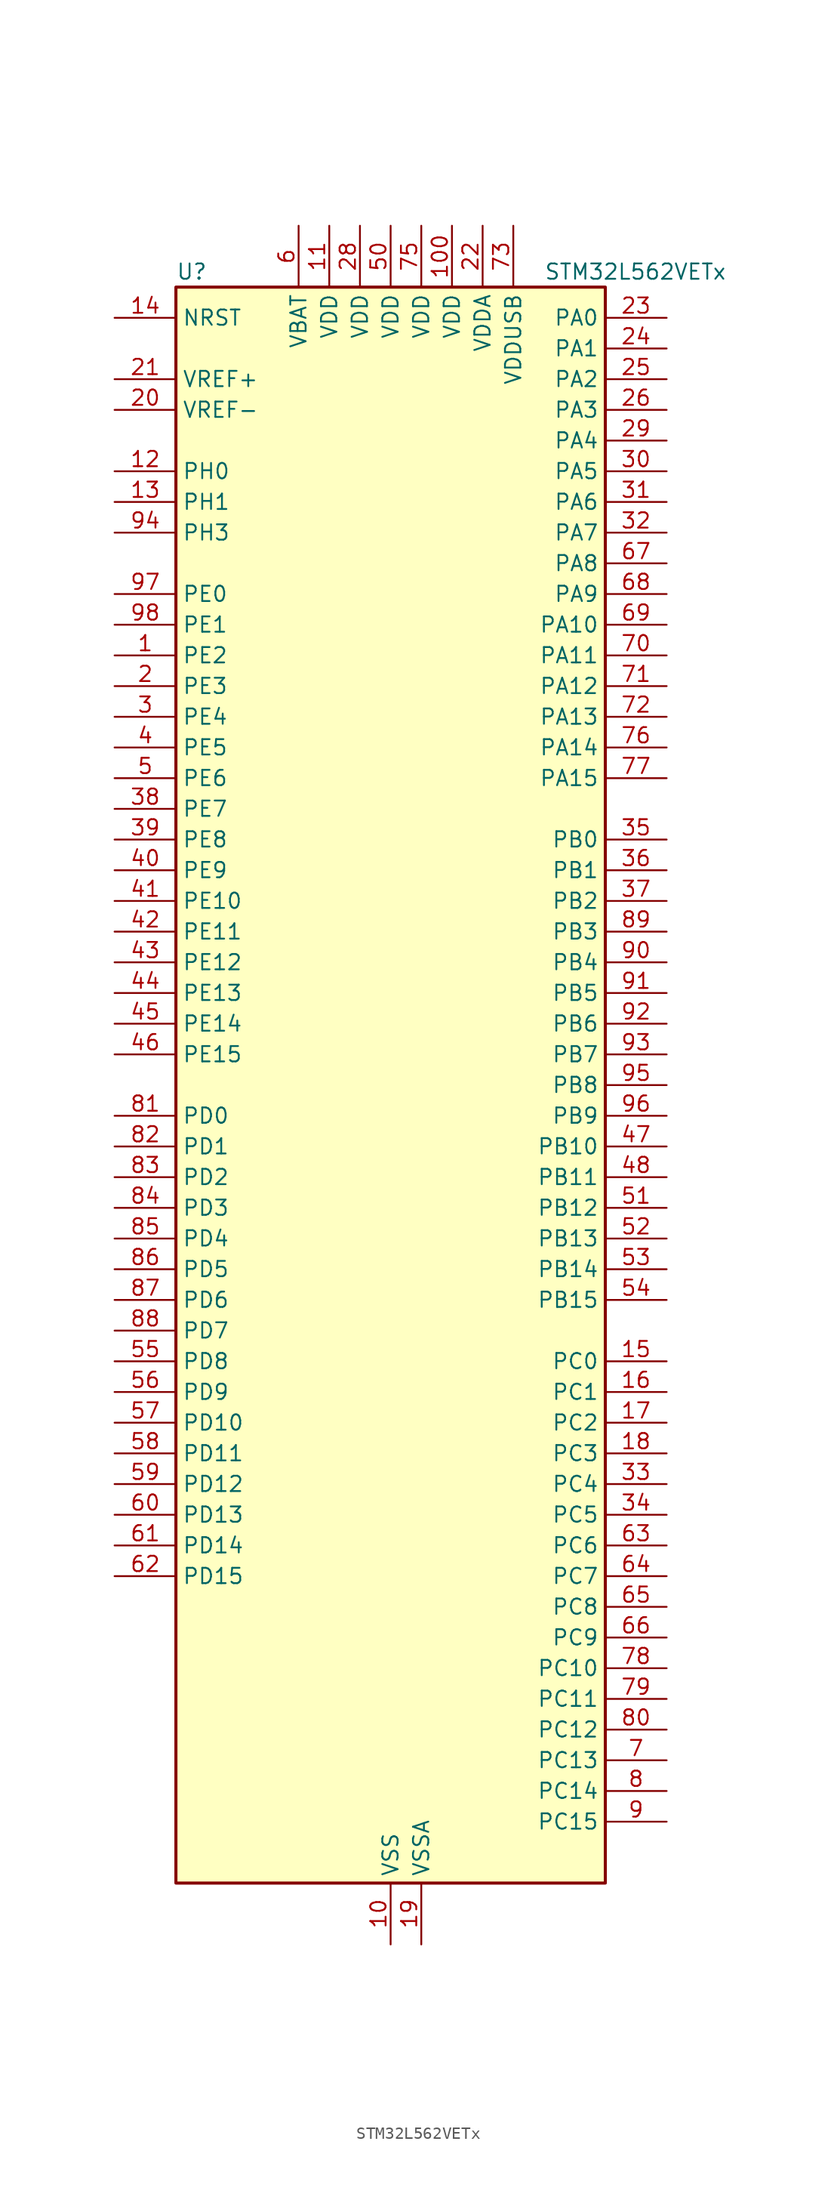
<source format=kicad_sym>
(kicad_symbol_lib
  (version 20220914)
  (generator kicad_symbol_editor)
  (symbol "STM32L562VETx"
    (property "Reference" "U"
      (at -17.78 67.31 0)
      (effects (font (size 1.27 1.27)) (justify left)))
    (property "Value" "STM32L562VETx"
      (at 12.7 67.31 0)
      (effects (font (size 1.27 1.27)) (justify left)))
    (property "ki_locked" ""
      (at 0 0 0)
      (effects (font (size 1.27 1.27))))
    (symbol "STM32L562VETx_0_1"
      (rectangle (start -17.78 -66.04) (end 17.78 66.04) (stroke (width 0.254) (type default)) (fill (type background))))
    (symbol "STM32L562VETx_1_1"
      (pin bidirectional line (at -22.86 35.56 0) (length 5.08) (name "PE2" (effects (font (size 1.27 1.27)))) (number "1" (effects (font (size 1.27 1.27)))) (alternate "DEBUG_TRACECLK" bidirectional line) (alternate "FMC_A23" bidirectional line) (alternate "SAI1_CK1" bidirectional line) (alternate "SAI1_MCLK_A" bidirectional line) (alternate "TIM3_ETR" bidirectional line) (alternate "TSC_G7_IO1" bidirectional line))
      (pin power_in line (at 0 -71.12 90) (length 5.08) (name "VSS" (effects (font (size 1.27 1.27)))) (number "10" (effects (font (size 1.27 1.27)))))
      (pin power_in line (at 5.08 71.12 270) (length 5.08) (name "VDD" (effects (font (size 1.27 1.27)))) (number "100" (effects (font (size 1.27 1.27)))))
      (pin power_in line (at -5.08 71.12 270) (length 5.08) (name "VDD" (effects (font (size 1.27 1.27)))) (number "11" (effects (font (size 1.27 1.27)))))
      (pin bidirectional line (at -22.86 50.8 0) (length 5.08) (name "PH0" (effects (font (size 1.27 1.27)))) (number "12" (effects (font (size 1.27 1.27)))) (alternate "RCC_OSC_IN" bidirectional line))
      (pin bidirectional line (at -22.86 48.26 0) (length 5.08) (name "PH1" (effects (font (size 1.27 1.27)))) (number "13" (effects (font (size 1.27 1.27)))) (alternate "RCC_OSC_OUT" bidirectional line))
      (pin input line (at -22.86 63.5 0) (length 5.08) (name "NRST" (effects (font (size 1.27 1.27)))) (number "14" (effects (font (size 1.27 1.27)))))
      (pin bidirectional line (at 22.86 -22.86 180) (length 5.08) (name "PC0" (effects (font (size 1.27 1.27)))) (number "15" (effects (font (size 1.27 1.27)))) (alternate "ADC1_IN1" bidirectional line) (alternate "ADC2_IN1" bidirectional line) (alternate "I2C3_SCL" bidirectional line) (alternate "LPTIM1_IN1" bidirectional line) (alternate "LPTIM2_IN1" bidirectional line) (alternate "LPUART1_RX" bidirectional line) (alternate "OCTOSPI1_IO7" bidirectional line) (alternate "SAI2_FS_A" bidirectional line) (alternate "SDMMC1_D5" bidirectional line))
      (pin bidirectional line (at 22.86 -25.4 180) (length 5.08) (name "PC1" (effects (font (size 1.27 1.27)))) (number "16" (effects (font (size 1.27 1.27)))) (alternate "ADC1_IN2" bidirectional line) (alternate "ADC2_IN2" bidirectional line) (alternate "DEBUG_TRACED0" bidirectional line) (alternate "I2C3_SDA" bidirectional line) (alternate "LPTIM1_OUT" bidirectional line) (alternate "LPUART1_TX" bidirectional line) (alternate "OCTOSPI1_IO4" bidirectional line) (alternate "SAI1_SD_A" bidirectional line) (alternate "SPI2_MOSI" bidirectional line))
      (pin bidirectional line (at 22.86 -27.94 180) (length 5.08) (name "PC2" (effects (font (size 1.27 1.27)))) (number "17" (effects (font (size 1.27 1.27)))) (alternate "ADC1_IN3" bidirectional line) (alternate "ADC2_IN3" bidirectional line) (alternate "DFSDM1_CKOUT" bidirectional line) (alternate "LPTIM1_IN2" bidirectional line) (alternate "OCTOSPI1_IO5" bidirectional line) (alternate "SPI2_MISO" bidirectional line))
      (pin bidirectional line (at 22.86 -30.48 180) (length 5.08) (name "PC3" (effects (font (size 1.27 1.27)))) (number "18" (effects (font (size 1.27 1.27)))) (alternate "ADC1_IN4" bidirectional line) (alternate "ADC2_IN4" bidirectional line) (alternate "LPTIM1_ETR" bidirectional line) (alternate "LPTIM2_ETR" bidirectional line) (alternate "LPTIM3_OUT" bidirectional line) (alternate "OCTOSPI1_IO6" bidirectional line) (alternate "SAI1_D1" bidirectional line) (alternate "SAI1_SD_A" bidirectional line) (alternate "SPI2_MOSI" bidirectional line))
      (pin power_in line (at 2.54 -71.12 90) (length 5.08) (name "VSSA" (effects (font (size 1.27 1.27)))) (number "19" (effects (font (size 1.27 1.27)))))
      (pin bidirectional line (at -22.86 33.02 0) (length 5.08) (name "PE3" (effects (font (size 1.27 1.27)))) (number "2" (effects (font (size 1.27 1.27)))) (alternate "DEBUG_TRACED0" bidirectional line) (alternate "FMC_A19" bidirectional line) (alternate "OCTOSPI1_DQS" bidirectional line) (alternate "SAI1_SD_B" bidirectional line) (alternate "TIM3_CH1" bidirectional line) (alternate "TSC_G7_IO2" bidirectional line))
      (pin input line (at -22.86 55.88 0) (length 5.08) (name "VREF-" (effects (font (size 1.27 1.27)))) (number "20" (effects (font (size 1.27 1.27)))))
      (pin input line (at -22.86 58.42 0) (length 5.08) (name "VREF+" (effects (font (size 1.27 1.27)))) (number "21" (effects (font (size 1.27 1.27)))))
      (pin power_in line (at 7.62 71.12 270) (length 5.08) (name "VDDA" (effects (font (size 1.27 1.27)))) (number "22" (effects (font (size 1.27 1.27)))))
      (pin bidirectional line (at 22.86 63.5 180) (length 5.08) (name "PA0" (effects (font (size 1.27 1.27)))) (number "23" (effects (font (size 1.27 1.27)))) (alternate "ADC1_IN5" bidirectional line) (alternate "ADC2_IN5" bidirectional line) (alternate "OPAMP1_VINP" bidirectional line) (alternate "PWR_WKUP1" bidirectional line) (alternate "SAI1_EXTCLK" bidirectional line) (alternate "TAMP_IN2" bidirectional line) (alternate "TAMP_OUT1" bidirectional line) (alternate "TIM2_CH1" bidirectional line) (alternate "TIM2_ETR" bidirectional line) (alternate "TIM5_CH1" bidirectional line) (alternate "TIM8_ETR" bidirectional line) (alternate "UART4_TX" bidirectional line) (alternate "USART2_CTS" bidirectional line) (alternate "USART2_NSS" bidirectional line))
      (pin bidirectional line (at 22.86 60.96 180) (length 5.08) (name "PA1" (effects (font (size 1.27 1.27)))) (number "24" (effects (font (size 1.27 1.27)))) (alternate "ADC1_IN6" bidirectional line) (alternate "ADC2_IN6" bidirectional line) (alternate "I2C1_SMBA" bidirectional line) (alternate "OCTOSPI1_DQS" bidirectional line) (alternate "OPAMP1_VINM" bidirectional line) (alternate "SPI1_SCK" bidirectional line) (alternate "TAMP_IN5" bidirectional line) (alternate "TAMP_OUT4" bidirectional line) (alternate "TIM15_CH1N" bidirectional line) (alternate "TIM2_CH2" bidirectional line) (alternate "TIM5_CH2" bidirectional line) (alternate "UART4_RX" bidirectional line) (alternate "USART2_DE" bidirectional line) (alternate "USART2_RTS" bidirectional line))
      (pin bidirectional line (at 22.86 58.42 180) (length 5.08) (name "PA2" (effects (font (size 1.27 1.27)))) (number "25" (effects (font (size 1.27 1.27)))) (alternate "ADC1_IN7" bidirectional line) (alternate "ADC2_IN7" bidirectional line) (alternate "COMP1_INP" bidirectional line) (alternate "LPUART1_TX" bidirectional line) (alternate "OCTOSPI1_NCS" bidirectional line) (alternate "PWR_WKUP4" bidirectional line) (alternate "RCC_LSCO" bidirectional line) (alternate "SAI2_EXTCLK" bidirectional line) (alternate "TIM15_CH1" bidirectional line) (alternate "TIM2_CH3" bidirectional line) (alternate "TIM5_CH3" bidirectional line) (alternate "UCPD1_FRSTX1" bidirectional line) (alternate "USART2_TX" bidirectional line))
      (pin bidirectional line (at 22.86 55.88 180) (length 5.08) (name "PA3" (effects (font (size 1.27 1.27)))) (number "26" (effects (font (size 1.27 1.27)))) (alternate "ADC1_IN8" bidirectional line) (alternate "ADC2_IN8" bidirectional line) (alternate "LPUART1_RX" bidirectional line) (alternate "OCTOSPI1_CLK" bidirectional line) (alternate "OPAMP1_VOUT" bidirectional line) (alternate "SAI1_CK1" bidirectional line) (alternate "SAI1_MCLK_A" bidirectional line) (alternate "TIM15_CH2" bidirectional line) (alternate "TIM2_CH4" bidirectional line) (alternate "TIM5_CH4" bidirectional line) (alternate "USART2_RX" bidirectional line))
      (pin passive line (at 0 -71.12 90) (length 5.08) hide (name "VSS" (effects (font (size 1.27 1.27)))) (number "27" (effects (font (size 1.27 1.27)))))
      (pin power_in line (at -2.54 71.12 270) (length 5.08) (name "VDD" (effects (font (size 1.27 1.27)))) (number "28" (effects (font (size 1.27 1.27)))))
      (pin bidirectional line (at 22.86 53.34 180) (length 5.08) (name "PA4" (effects (font (size 1.27 1.27)))) (number "29" (effects (font (size 1.27 1.27)))) (alternate "ADC1_IN9" bidirectional line) (alternate "ADC2_IN9" bidirectional line) (alternate "DAC1_OUT1" bidirectional line) (alternate "LPTIM2_OUT" bidirectional line) (alternate "OCTOSPI1_NCS" bidirectional line) (alternate "SAI1_FS_B" bidirectional line) (alternate "SPI1_NSS" bidirectional line) (alternate "SPI3_NSS" bidirectional line) (alternate "USART2_CK" bidirectional line))
      (pin bidirectional line (at -22.86 30.48 0) (length 5.08) (name "PE4" (effects (font (size 1.27 1.27)))) (number "3" (effects (font (size 1.27 1.27)))) (alternate "DEBUG_TRACED1" bidirectional line) (alternate "DFSDM1_DATIN3" bidirectional line) (alternate "FMC_A20" bidirectional line) (alternate "SAI1_D2" bidirectional line) (alternate "SAI1_FS_A" bidirectional line) (alternate "TIM3_CH2" bidirectional line) (alternate "TSC_G7_IO3" bidirectional line))
      (pin bidirectional line (at 22.86 50.8 180) (length 5.08) (name "PA5" (effects (font (size 1.27 1.27)))) (number "30" (effects (font (size 1.27 1.27)))) (alternate "ADC1_IN10" bidirectional line) (alternate "ADC2_IN10" bidirectional line) (alternate "DAC1_OUT2" bidirectional line) (alternate "LPTIM2_ETR" bidirectional line) (alternate "SPI1_SCK" bidirectional line) (alternate "TIM2_CH1" bidirectional line) (alternate "TIM2_ETR" bidirectional line) (alternate "TIM8_CH1N" bidirectional line))
      (pin bidirectional line (at 22.86 48.26 180) (length 5.08) (name "PA6" (effects (font (size 1.27 1.27)))) (number "31" (effects (font (size 1.27 1.27)))) (alternate "ADC1_IN11" bidirectional line) (alternate "ADC2_IN11" bidirectional line) (alternate "LPUART1_CTS" bidirectional line) (alternate "OCTOSPI1_IO3" bidirectional line) (alternate "OPAMP2_VINP" bidirectional line) (alternate "SPI1_MISO" bidirectional line) (alternate "TIM16_CH1" bidirectional line) (alternate "TIM1_BKIN" bidirectional line) (alternate "TIM3_CH1" bidirectional line) (alternate "TIM8_BKIN" bidirectional line) (alternate "USART3_CTS" bidirectional line) (alternate "USART3_NSS" bidirectional line))
      (pin bidirectional line (at 22.86 45.72 180) (length 5.08) (name "PA7" (effects (font (size 1.27 1.27)))) (number "32" (effects (font (size 1.27 1.27)))) (alternate "ADC1_IN12" bidirectional line) (alternate "ADC2_IN12" bidirectional line) (alternate "I2C3_SCL" bidirectional line) (alternate "OCTOSPI1_IO2" bidirectional line) (alternate "OPAMP2_VINM" bidirectional line) (alternate "SPI1_MOSI" bidirectional line) (alternate "TIM17_CH1" bidirectional line) (alternate "TIM1_CH1N" bidirectional line) (alternate "TIM3_CH2" bidirectional line) (alternate "TIM8_CH1N" bidirectional line))
      (pin bidirectional line (at 22.86 -33.02 180) (length 5.08) (name "PC4" (effects (font (size 1.27 1.27)))) (number "33" (effects (font (size 1.27 1.27)))) (alternate "ADC1_IN13" bidirectional line) (alternate "ADC2_IN13" bidirectional line) (alternate "COMP1_INM" bidirectional line) (alternate "OCTOSPI1_IO7" bidirectional line) (alternate "USART3_TX" bidirectional line))
      (pin bidirectional line (at 22.86 -35.56 180) (length 5.08) (name "PC5" (effects (font (size 1.27 1.27)))) (number "34" (effects (font (size 1.27 1.27)))) (alternate "ADC1_IN14" bidirectional line) (alternate "ADC2_IN14" bidirectional line) (alternate "COMP1_INP" bidirectional line) (alternate "PWR_WKUP5" bidirectional line) (alternate "SAI1_D3" bidirectional line) (alternate "TAMP_IN4" bidirectional line) (alternate "TAMP_OUT5" bidirectional line) (alternate "USART3_RX" bidirectional line))
      (pin bidirectional line (at 22.86 20.32 180) (length 5.08) (name "PB0" (effects (font (size 1.27 1.27)))) (number "35" (effects (font (size 1.27 1.27)))) (alternate "ADC1_IN15" bidirectional line) (alternate "ADC2_IN15" bidirectional line) (alternate "COMP1_OUT" bidirectional line) (alternate "OCTOSPI1_IO1" bidirectional line) (alternate "OPAMP2_VOUT" bidirectional line) (alternate "SAI1_EXTCLK" bidirectional line) (alternate "SPI1_NSS" bidirectional line) (alternate "TIM1_CH2N" bidirectional line) (alternate "TIM3_CH3" bidirectional line) (alternate "TIM8_CH2N" bidirectional line) (alternate "USART3_CK" bidirectional line))
      (pin bidirectional line (at 22.86 17.78 180) (length 5.08) (name "PB1" (effects (font (size 1.27 1.27)))) (number "36" (effects (font (size 1.27 1.27)))) (alternate "ADC1_IN16" bidirectional line) (alternate "ADC2_IN16" bidirectional line) (alternate "COMP1_INM" bidirectional line) (alternate "DFSDM1_DATIN0" bidirectional line) (alternate "LPTIM2_IN1" bidirectional line) (alternate "LPUART1_DE" bidirectional line) (alternate "LPUART1_RTS" bidirectional line) (alternate "OCTOSPI1_IO0" bidirectional line) (alternate "TIM1_CH3N" bidirectional line) (alternate "TIM3_CH4" bidirectional line) (alternate "TIM8_CH3N" bidirectional line) (alternate "USART3_DE" bidirectional line) (alternate "USART3_RTS" bidirectional line))
      (pin bidirectional line (at 22.86 15.24 180) (length 5.08) (name "PB2" (effects (font (size 1.27 1.27)))) (number "37" (effects (font (size 1.27 1.27)))) (alternate "COMP1_INP" bidirectional line) (alternate "DFSDM1_CKIN0" bidirectional line) (alternate "I2C3_SMBA" bidirectional line) (alternate "LPTIM1_OUT" bidirectional line) (alternate "OCTOSPI1_DQS" bidirectional line) (alternate "RTC_OUT2" bidirectional line) (alternate "UCPD1_FRSTX1" bidirectional line))
      (pin bidirectional line (at -22.86 22.86 0) (length 5.08) (name "PE7" (effects (font (size 1.27 1.27)))) (number "38" (effects (font (size 1.27 1.27)))) (alternate "DFSDM1_DATIN2" bidirectional line) (alternate "FMC_D4" bidirectional line) (alternate "FMC_DA4" bidirectional line) (alternate "SAI1_SD_B" bidirectional line) (alternate "TIM1_ETR" bidirectional line))
      (pin bidirectional line (at -22.86 20.32 0) (length 5.08) (name "PE8" (effects (font (size 1.27 1.27)))) (number "39" (effects (font (size 1.27 1.27)))) (alternate "DFSDM1_CKIN2" bidirectional line) (alternate "FMC_D5" bidirectional line) (alternate "FMC_DA5" bidirectional line) (alternate "SAI1_SCK_B" bidirectional line) (alternate "TIM1_CH1N" bidirectional line))
      (pin bidirectional line (at -22.86 27.94 0) (length 5.08) (name "PE5" (effects (font (size 1.27 1.27)))) (number "4" (effects (font (size 1.27 1.27)))) (alternate "DEBUG_TRACED2" bidirectional line) (alternate "DFSDM1_CKIN3" bidirectional line) (alternate "FMC_A21" bidirectional line) (alternate "SAI1_CK2" bidirectional line) (alternate "SAI1_SCK_A" bidirectional line) (alternate "TIM3_CH3" bidirectional line) (alternate "TSC_G7_IO4" bidirectional line))
      (pin bidirectional line (at -22.86 17.78 0) (length 5.08) (name "PE9" (effects (font (size 1.27 1.27)))) (number "40" (effects (font (size 1.27 1.27)))) (alternate "DAC1_EXTI9" bidirectional line) (alternate "DFSDM1_CKOUT" bidirectional line) (alternate "FMC_D6" bidirectional line) (alternate "FMC_DA6" bidirectional line) (alternate "OCTOSPI1_NCLK" bidirectional line) (alternate "SAI1_FS_B" bidirectional line) (alternate "TIM1_CH1" bidirectional line))
      (pin bidirectional line (at -22.86 15.24 0) (length 5.08) (name "PE10" (effects (font (size 1.27 1.27)))) (number "41" (effects (font (size 1.27 1.27)))) (alternate "FMC_D7" bidirectional line) (alternate "FMC_DA7" bidirectional line) (alternate "OCTOSPI1_CLK" bidirectional line) (alternate "SAI1_MCLK_B" bidirectional line) (alternate "TIM1_CH2N" bidirectional line) (alternate "TSC_G5_IO1" bidirectional line))
      (pin bidirectional line (at -22.86 12.7 0) (length 5.08) (name "PE11" (effects (font (size 1.27 1.27)))) (number "42" (effects (font (size 1.27 1.27)))) (alternate "ADC1_EXTI11" bidirectional line) (alternate "ADC2_EXTI11" bidirectional line) (alternate "FMC_D8" bidirectional line) (alternate "FMC_DA8" bidirectional line) (alternate "OCTOSPI1_NCS" bidirectional line) (alternate "TIM1_CH2" bidirectional line) (alternate "TSC_G5_IO2" bidirectional line))
      (pin bidirectional line (at -22.86 10.16 0) (length 5.08) (name "PE12" (effects (font (size 1.27 1.27)))) (number "43" (effects (font (size 1.27 1.27)))) (alternate "FMC_D9" bidirectional line) (alternate "FMC_DA9" bidirectional line) (alternate "OCTOSPI1_IO0" bidirectional line) (alternate "SPI1_NSS" bidirectional line) (alternate "TIM1_CH3N" bidirectional line) (alternate "TSC_G5_IO3" bidirectional line))
      (pin bidirectional line (at -22.86 7.62 0) (length 5.08) (name "PE13" (effects (font (size 1.27 1.27)))) (number "44" (effects (font (size 1.27 1.27)))) (alternate "FMC_D10" bidirectional line) (alternate "FMC_DA10" bidirectional line) (alternate "OCTOSPI1_IO1" bidirectional line) (alternate "SPI1_SCK" bidirectional line) (alternate "TIM1_CH3" bidirectional line) (alternate "TSC_G5_IO4" bidirectional line))
      (pin bidirectional line (at -22.86 5.08 0) (length 5.08) (name "PE14" (effects (font (size 1.27 1.27)))) (number "45" (effects (font (size 1.27 1.27)))) (alternate "FMC_D11" bidirectional line) (alternate "FMC_DA11" bidirectional line) (alternate "OCTOSPI1_IO2" bidirectional line) (alternate "SPI1_MISO" bidirectional line) (alternate "TIM1_BKIN2" bidirectional line) (alternate "TIM1_CH4" bidirectional line))
      (pin bidirectional line (at -22.86 2.54 0) (length 5.08) (name "PE15" (effects (font (size 1.27 1.27)))) (number "46" (effects (font (size 1.27 1.27)))) (alternate "ADC1_EXTI15" bidirectional line) (alternate "ADC2_EXTI15" bidirectional line) (alternate "FMC_D12" bidirectional line) (alternate "FMC_DA12" bidirectional line) (alternate "OCTOSPI1_IO3" bidirectional line) (alternate "SPI1_MOSI" bidirectional line) (alternate "TIM1_BKIN" bidirectional line))
      (pin bidirectional line (at 22.86 -5.08 180) (length 5.08) (name "PB10" (effects (font (size 1.27 1.27)))) (number "47" (effects (font (size 1.27 1.27)))) (alternate "COMP1_OUT" bidirectional line) (alternate "I2C2_SCL" bidirectional line) (alternate "I2C4_SCL" bidirectional line) (alternate "LPTIM3_OUT" bidirectional line) (alternate "LPUART1_RX" bidirectional line) (alternate "OCTOSPI1_CLK" bidirectional line) (alternate "SAI1_SCK_A" bidirectional line) (alternate "SPI2_SCK" bidirectional line) (alternate "TIM2_CH3" bidirectional line) (alternate "TSC_SYNC" bidirectional line) (alternate "USART3_TX" bidirectional line))
      (pin bidirectional line (at 22.86 -7.62 180) (length 5.08) (name "PB11" (effects (font (size 1.27 1.27)))) (number "48" (effects (font (size 1.27 1.27)))) (alternate "ADC1_EXTI11" bidirectional line) (alternate "ADC2_EXTI11" bidirectional line) (alternate "COMP2_OUT" bidirectional line) (alternate "I2C2_SDA" bidirectional line) (alternate "I2C4_SDA" bidirectional line) (alternate "LPUART1_TX" bidirectional line) (alternate "OCTOSPI1_NCS" bidirectional line) (alternate "TIM2_CH4" bidirectional line) (alternate "USART3_RX" bidirectional line))
      (pin passive line (at 0 -71.12 90) (length 5.08) hide (name "VSS" (effects (font (size 1.27 1.27)))) (number "49" (effects (font (size 1.27 1.27)))))
      (pin bidirectional line (at -22.86 25.4 0) (length 5.08) (name "PE6" (effects (font (size 1.27 1.27)))) (number "5" (effects (font (size 1.27 1.27)))) (alternate "DEBUG_TRACED3" bidirectional line) (alternate "FMC_A22" bidirectional line) (alternate "PWR_WKUP3" bidirectional line) (alternate "SAI1_D1" bidirectional line) (alternate "SAI1_SD_A" bidirectional line) (alternate "TAMP_IN3" bidirectional line) (alternate "TAMP_OUT6" bidirectional line) (alternate "TIM3_CH4" bidirectional line))
      (pin power_in line (at 0 71.12 270) (length 5.08) (name "VDD" (effects (font (size 1.27 1.27)))) (number "50" (effects (font (size 1.27 1.27)))))
      (pin bidirectional line (at 22.86 -10.16 180) (length 5.08) (name "PB12" (effects (font (size 1.27 1.27)))) (number "51" (effects (font (size 1.27 1.27)))) (alternate "DFSDM1_DATIN1" bidirectional line) (alternate "I2C2_SMBA" bidirectional line) (alternate "LPUART1_DE" bidirectional line) (alternate "LPUART1_RTS" bidirectional line) (alternate "OCTOSPI1_NCLK" bidirectional line) (alternate "SAI2_FS_A" bidirectional line) (alternate "SPI2_NSS" bidirectional line) (alternate "TIM15_BKIN" bidirectional line) (alternate "TIM1_BKIN" bidirectional line) (alternate "TSC_G1_IO1" bidirectional line) (alternate "USART3_CK" bidirectional line))
      (pin bidirectional line (at 22.86 -12.7 180) (length 5.08) (name "PB13" (effects (font (size 1.27 1.27)))) (number "52" (effects (font (size 1.27 1.27)))) (alternate "DFSDM1_CKIN1" bidirectional line) (alternate "I2C2_SCL" bidirectional line) (alternate "LPTIM3_IN1" bidirectional line) (alternate "LPUART1_CTS" bidirectional line) (alternate "SAI2_SCK_A" bidirectional line) (alternate "SPI2_SCK" bidirectional line) (alternate "TIM15_CH1N" bidirectional line) (alternate "TIM1_CH1N" bidirectional line) (alternate "TSC_G1_IO2" bidirectional line) (alternate "UCPD1_FRSTX2" bidirectional line) (alternate "USART3_CTS" bidirectional line) (alternate "USART3_NSS" bidirectional line))
      (pin bidirectional line (at 22.86 -15.24 180) (length 5.08) (name "PB14" (effects (font (size 1.27 1.27)))) (number "53" (effects (font (size 1.27 1.27)))) (alternate "DFSDM1_DATIN2" bidirectional line) (alternate "I2C2_SDA" bidirectional line) (alternate "LPTIM3_ETR" bidirectional line) (alternate "SAI2_MCLK_A" bidirectional line) (alternate "SPI2_MISO" bidirectional line) (alternate "TIM15_CH1" bidirectional line) (alternate "TIM1_CH2N" bidirectional line) (alternate "TIM8_CH2N" bidirectional line) (alternate "TSC_G1_IO3" bidirectional line) (alternate "UCPD1_DBCC2" bidirectional line) (alternate "USART3_DE" bidirectional line) (alternate "USART3_RTS" bidirectional line))
      (pin bidirectional line (at 22.86 -17.78 180) (length 5.08) (name "PB15" (effects (font (size 1.27 1.27)))) (number "54" (effects (font (size 1.27 1.27)))) (alternate "ADC1_EXTI15" bidirectional line) (alternate "ADC2_EXTI15" bidirectional line) (alternate "DFSDM1_CKIN2" bidirectional line) (alternate "RTC_REFIN" bidirectional line) (alternate "SAI2_SD_A" bidirectional line) (alternate "SPI2_MOSI" bidirectional line) (alternate "TIM15_CH2" bidirectional line) (alternate "TIM1_CH3N" bidirectional line) (alternate "TIM8_CH3N" bidirectional line) (alternate "UCPD1_CC2" bidirectional line))
      (pin bidirectional line (at -22.86 -22.86 0) (length 5.08) (name "PD8" (effects (font (size 1.27 1.27)))) (number "55" (effects (font (size 1.27 1.27)))) (alternate "FMC_D13" bidirectional line) (alternate "FMC_DA13" bidirectional line) (alternate "USART3_TX" bidirectional line))
      (pin bidirectional line (at -22.86 -25.4 0) (length 5.08) (name "PD9" (effects (font (size 1.27 1.27)))) (number "56" (effects (font (size 1.27 1.27)))) (alternate "DAC1_EXTI9" bidirectional line) (alternate "FMC_D14" bidirectional line) (alternate "FMC_DA14" bidirectional line) (alternate "SAI2_MCLK_A" bidirectional line) (alternate "USART3_RX" bidirectional line))
      (pin bidirectional line (at -22.86 -27.94 0) (length 5.08) (name "PD10" (effects (font (size 1.27 1.27)))) (number "57" (effects (font (size 1.27 1.27)))) (alternate "FMC_D15" bidirectional line) (alternate "FMC_DA15" bidirectional line) (alternate "SAI2_SCK_A" bidirectional line) (alternate "TSC_G6_IO1" bidirectional line) (alternate "USART3_CK" bidirectional line))
      (pin bidirectional line (at -22.86 -30.48 0) (length 5.08) (name "PD11" (effects (font (size 1.27 1.27)))) (number "58" (effects (font (size 1.27 1.27)))) (alternate "ADC1_EXTI11" bidirectional line) (alternate "ADC2_EXTI11" bidirectional line) (alternate "FMC_A16" bidirectional line) (alternate "FMC_CLE" bidirectional line) (alternate "I2C4_SMBA" bidirectional line) (alternate "LPTIM2_ETR" bidirectional line) (alternate "SAI2_SD_A" bidirectional line) (alternate "TSC_G6_IO2" bidirectional line) (alternate "USART3_CTS" bidirectional line) (alternate "USART3_NSS" bidirectional line))
      (pin bidirectional line (at -22.86 -33.02 0) (length 5.08) (name "PD12" (effects (font (size 1.27 1.27)))) (number "59" (effects (font (size 1.27 1.27)))) (alternate "FMC_A17" bidirectional line) (alternate "FMC_ALE" bidirectional line) (alternate "I2C4_SCL" bidirectional line) (alternate "LPTIM2_IN1" bidirectional line) (alternate "SAI2_FS_A" bidirectional line) (alternate "TIM4_CH1" bidirectional line) (alternate "TSC_G6_IO3" bidirectional line) (alternate "USART3_DE" bidirectional line) (alternate "USART3_RTS" bidirectional line))
      (pin power_in line (at -7.62 71.12 270) (length 5.08) (name "VBAT" (effects (font (size 1.27 1.27)))) (number "6" (effects (font (size 1.27 1.27)))))
      (pin bidirectional line (at -22.86 -35.56 0) (length 5.08) (name "PD13" (effects (font (size 1.27 1.27)))) (number "60" (effects (font (size 1.27 1.27)))) (alternate "FMC_A18" bidirectional line) (alternate "I2C4_SDA" bidirectional line) (alternate "LPTIM2_OUT" bidirectional line) (alternate "TIM4_CH2" bidirectional line) (alternate "TSC_G6_IO4" bidirectional line))
      (pin bidirectional line (at -22.86 -38.1 0) (length 5.08) (name "PD14" (effects (font (size 1.27 1.27)))) (number "61" (effects (font (size 1.27 1.27)))) (alternate "FMC_D0" bidirectional line) (alternate "FMC_DA0" bidirectional line) (alternate "TIM4_CH3" bidirectional line))
      (pin bidirectional line (at -22.86 -40.64 0) (length 5.08) (name "PD15" (effects (font (size 1.27 1.27)))) (number "62" (effects (font (size 1.27 1.27)))) (alternate "ADC1_EXTI15" bidirectional line) (alternate "ADC2_EXTI15" bidirectional line) (alternate "FMC_D1" bidirectional line) (alternate "FMC_DA1" bidirectional line) (alternate "TIM4_CH4" bidirectional line))
      (pin bidirectional line (at 22.86 -38.1 180) (length 5.08) (name "PC6" (effects (font (size 1.27 1.27)))) (number "63" (effects (font (size 1.27 1.27)))) (alternate "DFSDM1_CKIN3" bidirectional line) (alternate "SAI2_MCLK_A" bidirectional line) (alternate "SDMMC1_D0DIR" bidirectional line) (alternate "SDMMC1_D6" bidirectional line) (alternate "TIM3_CH1" bidirectional line) (alternate "TIM8_CH1" bidirectional line) (alternate "TSC_G4_IO1" bidirectional line))
      (pin bidirectional line (at 22.86 -40.64 180) (length 5.08) (name "PC7" (effects (font (size 1.27 1.27)))) (number "64" (effects (font (size 1.27 1.27)))) (alternate "DFSDM1_DATIN3" bidirectional line) (alternate "SAI2_MCLK_B" bidirectional line) (alternate "SDMMC1_D123DIR" bidirectional line) (alternate "SDMMC1_D7" bidirectional line) (alternate "TIM3_CH2" bidirectional line) (alternate "TIM8_CH2" bidirectional line) (alternate "TSC_G4_IO2" bidirectional line))
      (pin bidirectional line (at 22.86 -43.18 180) (length 5.08) (name "PC8" (effects (font (size 1.27 1.27)))) (number "65" (effects (font (size 1.27 1.27)))) (alternate "SDMMC1_D0" bidirectional line) (alternate "TIM3_CH3" bidirectional line) (alternate "TIM8_CH3" bidirectional line) (alternate "TSC_G4_IO3" bidirectional line))
      (pin bidirectional line (at 22.86 -45.72 180) (length 5.08) (name "PC9" (effects (font (size 1.27 1.27)))) (number "66" (effects (font (size 1.27 1.27)))) (alternate "DAC1_EXTI9" bidirectional line) (alternate "DEBUG_TRACED0" bidirectional line) (alternate "SAI2_EXTCLK" bidirectional line) (alternate "SDMMC1_D1" bidirectional line) (alternate "TIM3_CH4" bidirectional line) (alternate "TIM8_BKIN2" bidirectional line) (alternate "TIM8_CH4" bidirectional line) (alternate "TSC_G4_IO4" bidirectional line) (alternate "USB_NOE" bidirectional line))
      (pin bidirectional line (at 22.86 43.18 180) (length 5.08) (name "PA8" (effects (font (size 1.27 1.27)))) (number "67" (effects (font (size 1.27 1.27)))) (alternate "LPTIM2_OUT" bidirectional line) (alternate "RCC_MCO" bidirectional line) (alternate "SAI1_CK2" bidirectional line) (alternate "SAI1_SCK_A" bidirectional line) (alternate "TIM1_CH1" bidirectional line) (alternate "USART1_CK" bidirectional line))
      (pin bidirectional line (at 22.86 40.64 180) (length 5.08) (name "PA9" (effects (font (size 1.27 1.27)))) (number "68" (effects (font (size 1.27 1.27)))) (alternate "DAC1_EXTI9" bidirectional line) (alternate "SAI1_FS_A" bidirectional line) (alternate "SPI2_SCK" bidirectional line) (alternate "TIM15_BKIN" bidirectional line) (alternate "TIM1_CH2" bidirectional line) (alternate "USART1_TX" bidirectional line))
      (pin bidirectional line (at 22.86 38.1 180) (length 5.08) (name "PA10" (effects (font (size 1.27 1.27)))) (number "69" (effects (font (size 1.27 1.27)))) (alternate "CRS_SYNC" bidirectional line) (alternate "SAI1_D1" bidirectional line) (alternate "SAI1_SD_A" bidirectional line) (alternate "TIM17_BKIN" bidirectional line) (alternate "TIM1_CH3" bidirectional line) (alternate "USART1_RX" bidirectional line))
      (pin bidirectional line (at 22.86 -55.88 180) (length 5.08) (name "PC13" (effects (font (size 1.27 1.27)))) (number "7" (effects (font (size 1.27 1.27)))) (alternate "PWR_WKUP2" bidirectional line) (alternate "RTC_OUT1" bidirectional line) (alternate "RTC_TS" bidirectional line) (alternate "TAMP_IN1" bidirectional line) (alternate "TAMP_OUT2" bidirectional line))
      (pin bidirectional line (at 22.86 35.56 180) (length 5.08) (name "PA11" (effects (font (size 1.27 1.27)))) (number "70" (effects (font (size 1.27 1.27)))) (alternate "ADC1_EXTI11" bidirectional line) (alternate "ADC2_EXTI11" bidirectional line) (alternate "FDCAN1_RX" bidirectional line) (alternate "SPI1_MISO" bidirectional line) (alternate "TIM1_BKIN2" bidirectional line) (alternate "TIM1_CH4" bidirectional line) (alternate "USART1_CTS" bidirectional line) (alternate "USART1_NSS" bidirectional line) (alternate "USB_DM" bidirectional line))
      (pin bidirectional line (at 22.86 33.02 180) (length 5.08) (name "PA12" (effects (font (size 1.27 1.27)))) (number "71" (effects (font (size 1.27 1.27)))) (alternate "FDCAN1_TX" bidirectional line) (alternate "SPI1_MOSI" bidirectional line) (alternate "TIM1_ETR" bidirectional line) (alternate "USART1_DE" bidirectional line) (alternate "USART1_RTS" bidirectional line) (alternate "USB_DP" bidirectional line))
      (pin bidirectional line (at 22.86 30.48 180) (length 5.08) (name "PA13" (effects (font (size 1.27 1.27)))) (number "72" (effects (font (size 1.27 1.27)))) (alternate "DEBUG_JTMS-SWDIO" bidirectional line) (alternate "IR_OUT" bidirectional line) (alternate "SAI1_SD_B" bidirectional line) (alternate "USB_NOE" bidirectional line))
      (pin power_in line (at 10.16 71.12 270) (length 5.08) (name "VDDUSB" (effects (font (size 1.27 1.27)))) (number "73" (effects (font (size 1.27 1.27)))))
      (pin passive line (at 0 -71.12 90) (length 5.08) hide (name "VSS" (effects (font (size 1.27 1.27)))) (number "74" (effects (font (size 1.27 1.27)))))
      (pin power_in line (at 2.54 71.12 270) (length 5.08) (name "VDD" (effects (font (size 1.27 1.27)))) (number "75" (effects (font (size 1.27 1.27)))))
      (pin bidirectional line (at 22.86 27.94 180) (length 5.08) (name "PA14" (effects (font (size 1.27 1.27)))) (number "76" (effects (font (size 1.27 1.27)))) (alternate "DEBUG_JTCK-SWCLK" bidirectional line) (alternate "I2C1_SMBA" bidirectional line) (alternate "I2C4_SMBA" bidirectional line) (alternate "LPTIM1_OUT" bidirectional line) (alternate "SAI1_FS_B" bidirectional line))
      (pin bidirectional line (at 22.86 25.4 180) (length 5.08) (name "PA15" (effects (font (size 1.27 1.27)))) (number "77" (effects (font (size 1.27 1.27)))) (alternate "ADC1_EXTI15" bidirectional line) (alternate "ADC2_EXTI15" bidirectional line) (alternate "DEBUG_JTDI" bidirectional line) (alternate "SAI2_FS_B" bidirectional line) (alternate "SPI1_NSS" bidirectional line) (alternate "SPI3_NSS" bidirectional line) (alternate "TIM2_CH1" bidirectional line) (alternate "TIM2_ETR" bidirectional line) (alternate "UART4_DE" bidirectional line) (alternate "UART4_RTS" bidirectional line) (alternate "UCPD1_CC1" bidirectional line) (alternate "USART2_RX" bidirectional line) (alternate "USART3_DE" bidirectional line) (alternate "USART3_RTS" bidirectional line))
      (pin bidirectional line (at 22.86 -48.26 180) (length 5.08) (name "PC10" (effects (font (size 1.27 1.27)))) (number "78" (effects (font (size 1.27 1.27)))) (alternate "DEBUG_TRACED1" bidirectional line) (alternate "LPTIM3_ETR" bidirectional line) (alternate "SAI2_SCK_B" bidirectional line) (alternate "SDMMC1_D2" bidirectional line) (alternate "SPI3_SCK" bidirectional line) (alternate "TSC_G3_IO2" bidirectional line) (alternate "UART4_TX" bidirectional line) (alternate "USART3_TX" bidirectional line))
      (pin bidirectional line (at 22.86 -50.8 180) (length 5.08) (name "PC11" (effects (font (size 1.27 1.27)))) (number "79" (effects (font (size 1.27 1.27)))) (alternate "ADC1_EXTI11" bidirectional line) (alternate "ADC2_EXTI11" bidirectional line) (alternate "LPTIM3_IN1" bidirectional line) (alternate "OCTOSPI1_NCS" bidirectional line) (alternate "SAI2_MCLK_B" bidirectional line) (alternate "SDMMC1_D3" bidirectional line) (alternate "SPI3_MISO" bidirectional line) (alternate "TSC_G3_IO3" bidirectional line) (alternate "UART4_RX" bidirectional line) (alternate "UCPD1_FRSTX2" bidirectional line) (alternate "USART3_RX" bidirectional line))
      (pin bidirectional line (at 22.86 -58.42 180) (length 5.08) (name "PC14" (effects (font (size 1.27 1.27)))) (number "8" (effects (font (size 1.27 1.27)))) (alternate "RCC_OSC32_IN" bidirectional line))
      (pin bidirectional line (at 22.86 -53.34 180) (length 5.08) (name "PC12" (effects (font (size 1.27 1.27)))) (number "80" (effects (font (size 1.27 1.27)))) (alternate "DEBUG_TRACED3" bidirectional line) (alternate "SAI2_SD_B" bidirectional line) (alternate "SDMMC1_CK" bidirectional line) (alternate "SPI3_MOSI" bidirectional line) (alternate "TSC_G3_IO4" bidirectional line) (alternate "UART5_TX" bidirectional line) (alternate "USART3_CK" bidirectional line))
      (pin bidirectional line (at -22.86 -2.54 0) (length 5.08) (name "PD0" (effects (font (size 1.27 1.27)))) (number "81" (effects (font (size 1.27 1.27)))) (alternate "FDCAN1_RX" bidirectional line) (alternate "FMC_D2" bidirectional line) (alternate "FMC_DA2" bidirectional line) (alternate "SPI2_NSS" bidirectional line))
      (pin bidirectional line (at -22.86 -5.08 0) (length 5.08) (name "PD1" (effects (font (size 1.27 1.27)))) (number "82" (effects (font (size 1.27 1.27)))) (alternate "FDCAN1_TX" bidirectional line) (alternate "FMC_D3" bidirectional line) (alternate "FMC_DA3" bidirectional line) (alternate "SPI2_SCK" bidirectional line))
      (pin bidirectional line (at -22.86 -7.62 0) (length 5.08) (name "PD2" (effects (font (size 1.27 1.27)))) (number "83" (effects (font (size 1.27 1.27)))) (alternate "DEBUG_TRACED2" bidirectional line) (alternate "SDMMC1_CMD" bidirectional line) (alternate "TIM3_ETR" bidirectional line) (alternate "TSC_SYNC" bidirectional line) (alternate "UART5_RX" bidirectional line) (alternate "USART3_DE" bidirectional line) (alternate "USART3_RTS" bidirectional line))
      (pin bidirectional line (at -22.86 -10.16 0) (length 5.08) (name "PD3" (effects (font (size 1.27 1.27)))) (number "84" (effects (font (size 1.27 1.27)))) (alternate "DFSDM1_DATIN0" bidirectional line) (alternate "FMC_CLK" bidirectional line) (alternate "SPI2_MISO" bidirectional line) (alternate "SPI2_SCK" bidirectional line) (alternate "USART2_CTS" bidirectional line) (alternate "USART2_NSS" bidirectional line))
      (pin bidirectional line (at -22.86 -12.7 0) (length 5.08) (name "PD4" (effects (font (size 1.27 1.27)))) (number "85" (effects (font (size 1.27 1.27)))) (alternate "DFSDM1_CKIN0" bidirectional line) (alternate "FMC_NOE" bidirectional line) (alternate "OCTOSPI1_IO4" bidirectional line) (alternate "SPI2_MOSI" bidirectional line) (alternate "USART2_DE" bidirectional line) (alternate "USART2_RTS" bidirectional line))
      (pin bidirectional line (at -22.86 -15.24 0) (length 5.08) (name "PD5" (effects (font (size 1.27 1.27)))) (number "86" (effects (font (size 1.27 1.27)))) (alternate "FMC_NWE" bidirectional line) (alternate "OCTOSPI1_IO5" bidirectional line) (alternate "USART2_TX" bidirectional line))
      (pin bidirectional line (at -22.86 -17.78 0) (length 5.08) (name "PD6" (effects (font (size 1.27 1.27)))) (number "87" (effects (font (size 1.27 1.27)))) (alternate "DFSDM1_DATIN1" bidirectional line) (alternate "FMC_NWAIT" bidirectional line) (alternate "OCTOSPI1_IO6" bidirectional line) (alternate "SAI1_D1" bidirectional line) (alternate "SAI1_SD_A" bidirectional line) (alternate "SPI3_MOSI" bidirectional line) (alternate "USART2_RX" bidirectional line))
      (pin bidirectional line (at -22.86 -20.32 0) (length 5.08) (name "PD7" (effects (font (size 1.27 1.27)))) (number "88" (effects (font (size 1.27 1.27)))) (alternate "DFSDM1_CKIN1" bidirectional line) (alternate "FMC_NCE" bidirectional line) (alternate "FMC_NE1" bidirectional line) (alternate "OCTOSPI1_IO7" bidirectional line) (alternate "USART2_CK" bidirectional line))
      (pin bidirectional line (at 22.86 12.7 180) (length 5.08) (name "PB3" (effects (font (size 1.27 1.27)))) (number "89" (effects (font (size 1.27 1.27)))) (alternate "COMP2_INM" bidirectional line) (alternate "CRS_SYNC" bidirectional line) (alternate "DEBUG_JTDO-SWO" bidirectional line) (alternate "SAI1_SCK_B" bidirectional line) (alternate "SPI1_SCK" bidirectional line) (alternate "SPI3_SCK" bidirectional line) (alternate "TIM2_CH2" bidirectional line) (alternate "USART1_DE" bidirectional line) (alternate "USART1_RTS" bidirectional line))
      (pin bidirectional line (at 22.86 -60.96 180) (length 5.08) (name "PC15" (effects (font (size 1.27 1.27)))) (number "9" (effects (font (size 1.27 1.27)))) (alternate "ADC1_EXTI15" bidirectional line) (alternate "ADC2_EXTI15" bidirectional line) (alternate "RCC_OSC32_OUT" bidirectional line))
      (pin bidirectional line (at 22.86 10.16 180) (length 5.08) (name "PB4" (effects (font (size 1.27 1.27)))) (number "90" (effects (font (size 1.27 1.27)))) (alternate "COMP2_INP" bidirectional line) (alternate "DEBUG_JTRST" bidirectional line) (alternate "I2C3_SDA" bidirectional line) (alternate "SAI1_MCLK_B" bidirectional line) (alternate "SPI1_MISO" bidirectional line) (alternate "SPI3_MISO" bidirectional line) (alternate "TIM17_BKIN" bidirectional line) (alternate "TIM3_CH1" bidirectional line) (alternate "TSC_G2_IO1" bidirectional line) (alternate "UART5_DE" bidirectional line) (alternate "UART5_RTS" bidirectional line) (alternate "USART1_CTS" bidirectional line) (alternate "USART1_NSS" bidirectional line))
      (pin bidirectional line (at 22.86 7.62 180) (length 5.08) (name "PB5" (effects (font (size 1.27 1.27)))) (number "91" (effects (font (size 1.27 1.27)))) (alternate "COMP2_OUT" bidirectional line) (alternate "I2C1_SMBA" bidirectional line) (alternate "LPTIM1_IN1" bidirectional line) (alternate "OCTOSPI1_NCLK" bidirectional line) (alternate "SAI1_SD_B" bidirectional line) (alternate "SPI1_MOSI" bidirectional line) (alternate "SPI3_MOSI" bidirectional line) (alternate "TIM16_BKIN" bidirectional line) (alternate "TIM3_CH2" bidirectional line) (alternate "TSC_G2_IO2" bidirectional line) (alternate "UART5_CTS" bidirectional line) (alternate "UCPD1_DBCC1" bidirectional line) (alternate "USART1_CK" bidirectional line))
      (pin bidirectional line (at 22.86 5.08 180) (length 5.08) (name "PB6" (effects (font (size 1.27 1.27)))) (number "92" (effects (font (size 1.27 1.27)))) (alternate "COMP2_INP" bidirectional line) (alternate "I2C1_SCL" bidirectional line) (alternate "I2C4_SCL" bidirectional line) (alternate "LPTIM1_ETR" bidirectional line) (alternate "SAI1_FS_B" bidirectional line) (alternate "TIM16_CH1N" bidirectional line) (alternate "TIM4_CH1" bidirectional line) (alternate "TIM8_BKIN2" bidirectional line) (alternate "TSC_G2_IO3" bidirectional line) (alternate "USART1_TX" bidirectional line))
      (pin bidirectional line (at 22.86 2.54 180) (length 5.08) (name "PB7" (effects (font (size 1.27 1.27)))) (number "93" (effects (font (size 1.27 1.27)))) (alternate "COMP2_INM" bidirectional line) (alternate "FMC_NL" bidirectional line) (alternate "I2C1_SDA" bidirectional line) (alternate "I2C4_SDA" bidirectional line) (alternate "LPTIM1_IN2" bidirectional line) (alternate "PWR_PVD_IN" bidirectional line) (alternate "TIM17_CH1N" bidirectional line) (alternate "TIM4_CH2" bidirectional line) (alternate "TIM8_BKIN" bidirectional line) (alternate "TSC_G2_IO4" bidirectional line) (alternate "UART4_CTS" bidirectional line) (alternate "USART1_RX" bidirectional line))
      (pin bidirectional line (at -22.86 45.72 0) (length 5.08) (name "PH3" (effects (font (size 1.27 1.27)))) (number "94" (effects (font (size 1.27 1.27)))))
      (pin bidirectional line (at 22.86 0 180) (length 5.08) (name "PB8" (effects (font (size 1.27 1.27)))) (number "95" (effects (font (size 1.27 1.27)))) (alternate "DFSDM1_CKOUT" bidirectional line) (alternate "FDCAN1_RX" bidirectional line) (alternate "I2C1_SCL" bidirectional line) (alternate "SAI1_CK1" bidirectional line) (alternate "SAI1_MCLK_A" bidirectional line) (alternate "SDMMC1_CKIN" bidirectional line) (alternate "SDMMC1_D4" bidirectional line) (alternate "TIM16_CH1" bidirectional line) (alternate "TIM4_CH3" bidirectional line))
      (pin bidirectional line (at 22.86 -2.54 180) (length 5.08) (name "PB9" (effects (font (size 1.27 1.27)))) (number "96" (effects (font (size 1.27 1.27)))) (alternate "DAC1_EXTI9" bidirectional line) (alternate "FDCAN1_TX" bidirectional line) (alternate "I2C1_SDA" bidirectional line) (alternate "IR_OUT" bidirectional line) (alternate "SAI1_D2" bidirectional line) (alternate "SAI1_FS_A" bidirectional line) (alternate "SDMMC1_CDIR" bidirectional line) (alternate "SDMMC1_D5" bidirectional line) (alternate "SPI2_NSS" bidirectional line) (alternate "TIM17_CH1" bidirectional line) (alternate "TIM4_CH4" bidirectional line))
      (pin bidirectional line (at -22.86 40.64 0) (length 5.08) (name "PE0" (effects (font (size 1.27 1.27)))) (number "97" (effects (font (size 1.27 1.27)))) (alternate "FMC_NBL0" bidirectional line) (alternate "TIM16_CH1" bidirectional line) (alternate "TIM4_ETR" bidirectional line))
      (pin bidirectional line (at -22.86 38.1 0) (length 5.08) (name "PE1" (effects (font (size 1.27 1.27)))) (number "98" (effects (font (size 1.27 1.27)))) (alternate "FMC_NBL1" bidirectional line) (alternate "TIM17_CH1" bidirectional line))
      (pin passive line (at 0 -71.12 90) (length 5.08) hide (name "VSS" (effects (font (size 1.27 1.27)))) (number "99" (effects (font (size 1.27 1.27))))))))
</source>
